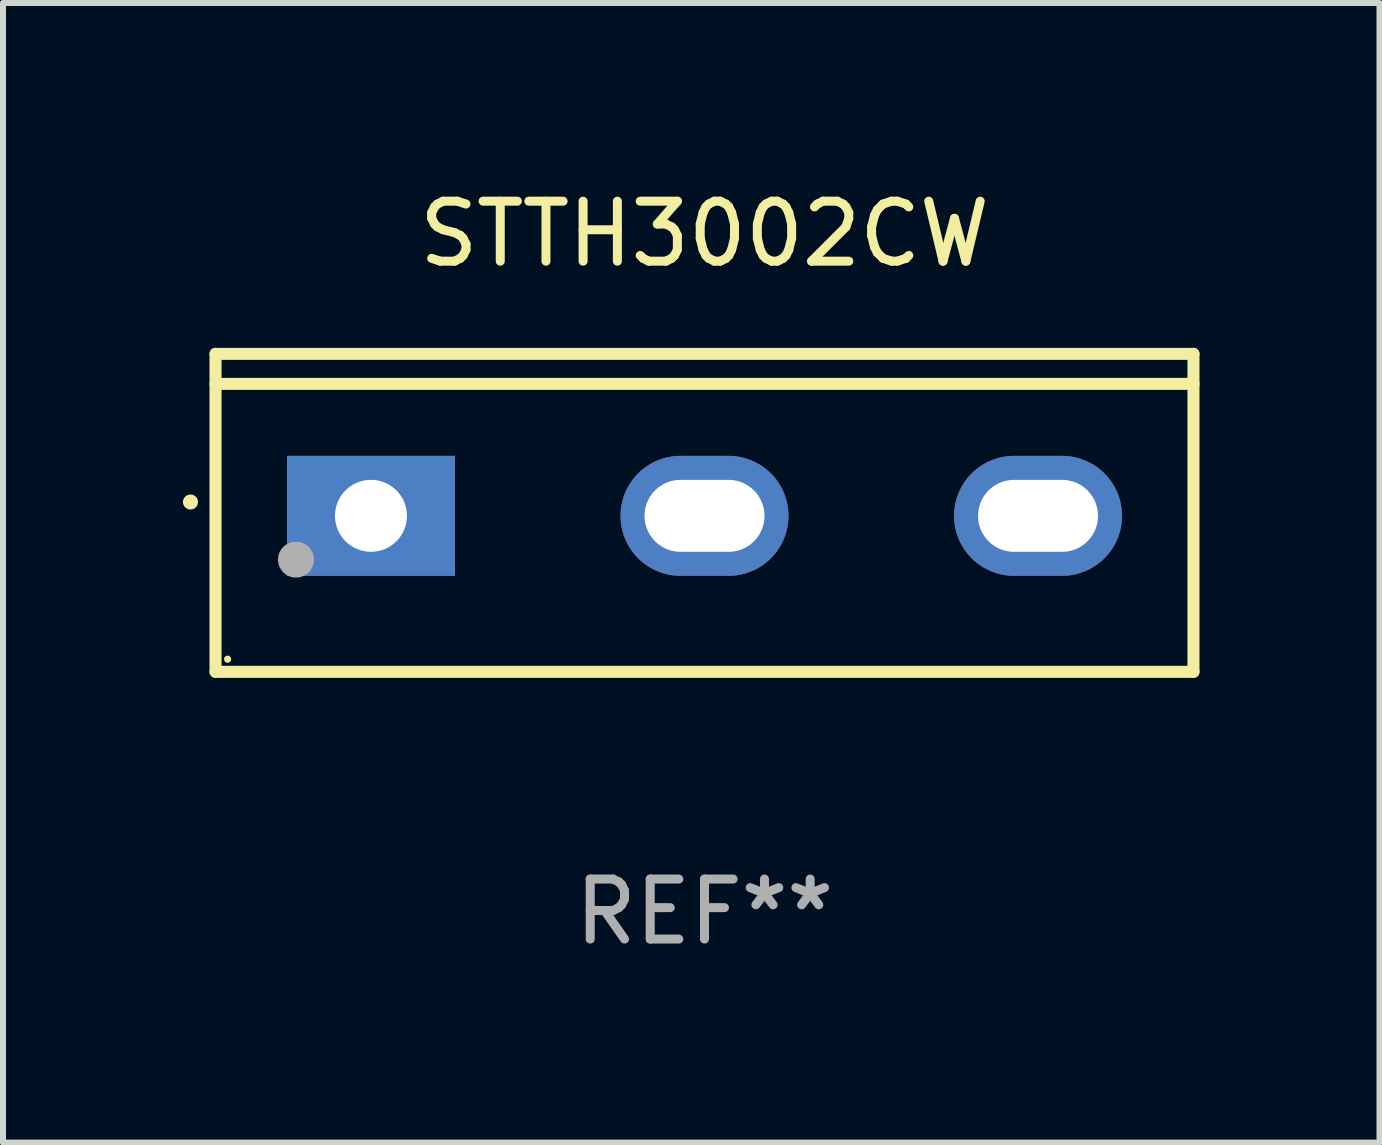
<source format=kicad_pcb>
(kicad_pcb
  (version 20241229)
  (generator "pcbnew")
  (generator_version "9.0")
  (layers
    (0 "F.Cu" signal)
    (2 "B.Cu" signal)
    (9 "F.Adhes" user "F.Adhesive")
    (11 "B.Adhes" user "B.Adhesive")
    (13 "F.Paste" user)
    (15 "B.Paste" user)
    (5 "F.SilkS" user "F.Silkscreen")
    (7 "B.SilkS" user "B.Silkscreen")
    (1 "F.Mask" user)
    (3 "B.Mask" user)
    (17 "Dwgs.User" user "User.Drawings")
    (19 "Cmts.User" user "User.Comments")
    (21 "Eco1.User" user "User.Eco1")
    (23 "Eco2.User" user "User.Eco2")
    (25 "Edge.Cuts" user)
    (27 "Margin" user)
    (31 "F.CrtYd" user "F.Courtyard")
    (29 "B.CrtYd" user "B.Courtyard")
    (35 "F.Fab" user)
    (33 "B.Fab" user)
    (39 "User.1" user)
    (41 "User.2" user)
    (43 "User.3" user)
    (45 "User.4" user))
  (footprint "STTH3002CW"
    (layer "F.Cu")
    (at 8.694 5.499)
    (property "Reference" "STTH3002CW" (at 0 -4.65 0) (layer "F.SilkS") (effects (font (size 1 1) (thickness 0.15))))
    (attr through_hole)
    (fp_line (start -8.151 -2.65) (end -8.151 2.65) (stroke (width 0.201) (type solid)) (layer "F.SilkS"))
    (fp_line (start 8.151 -2.65) (end -8.151 -2.65) (stroke (width 0.201) (type solid)) (layer "F.SilkS"))
    (fp_line (start 8.151 -2.15) (end -8.151 -2.15) (stroke (width 0.201) (type solid)) (layer "F.SilkS"))
    (fp_line (start 8.151 2.65) (end -8.151 2.65) (stroke (width 0.201) (type solid)) (layer "F.SilkS"))
    (fp_line (start 8.151 2.65) (end 8.151 -2.65) (stroke (width 0.201) (type solid)) (layer "F.SilkS"))
    (fp_arc (start -8.570003 -0.18048) (mid -8.568733 -0.180486) (end -8.567463 -0.18048) (stroke (width 0.24892) (type solid)) (layer "F.SilkS"))
    (fp_circle (center -7.95 2.44) (end -7.92 2.44) (stroke (width 0.06) (type solid)) (fill no) (layer "F.SilkS"))
    (fp_circle (center -6.81 0.78) (end -6.66 0.78) (stroke (width 0.3) (type solid)) (fill no) (layer "F.Fab"))
    (fp_text user "REF**" (at 0 6.65 0) (layer "F.Fab") (effects (font (size 1 1) (thickness 0.15))))
    (pad "1" thru_hole rect (at -5.56 0.05 90) (size 2 2.8) (drill 1.2) (layers "*.Cu" "*.Mask"))
    (pad "2" thru_hole oval (at 0 0.05 90) (size 2 2.8) (drill oval 1.2 2) (layers "*.Cu" "*.Mask"))
    (pad "3" thru_hole oval (at 5.56 0.05 90) (size 2 2.8) (drill oval 1.2 2) (layers "*.Cu" "*.Mask")))
  (gr_rect
    (start -3 -3)
    (end 19.946 15.997)
    (stroke (width 0.1) (type default))
    (fill no)
    (layer "Edge.Cuts")))
</source>
